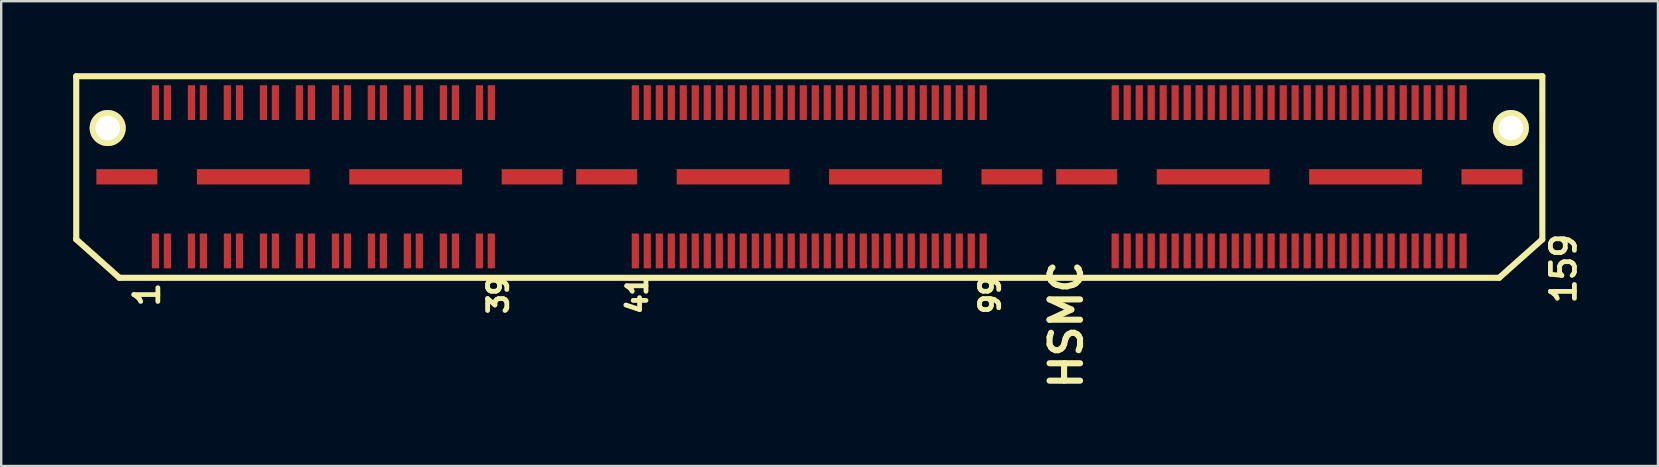
<source format=kicad_pcb>
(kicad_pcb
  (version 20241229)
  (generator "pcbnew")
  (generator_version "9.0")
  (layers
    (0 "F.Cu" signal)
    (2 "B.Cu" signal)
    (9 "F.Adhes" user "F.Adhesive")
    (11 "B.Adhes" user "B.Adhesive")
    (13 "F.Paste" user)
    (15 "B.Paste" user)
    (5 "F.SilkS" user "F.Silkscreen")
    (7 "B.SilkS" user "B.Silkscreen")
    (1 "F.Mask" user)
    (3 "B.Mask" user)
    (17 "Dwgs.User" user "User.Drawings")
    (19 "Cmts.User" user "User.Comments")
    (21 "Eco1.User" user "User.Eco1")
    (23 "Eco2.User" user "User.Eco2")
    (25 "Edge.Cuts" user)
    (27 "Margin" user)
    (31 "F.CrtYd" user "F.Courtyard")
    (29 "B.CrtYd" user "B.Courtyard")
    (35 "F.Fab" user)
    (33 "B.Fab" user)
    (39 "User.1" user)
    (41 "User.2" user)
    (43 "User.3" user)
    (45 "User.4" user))
  (footprint "HSMC"
    (layer "F.Cu")
    (at 30.676 4.326)
    (property "Reference" "HSMC" (at 10.71 6.16 270) (layer "F.SilkS") (effects (font (size 1.27 1.27) (thickness 0.254))))
    (attr through_hole)
    (fp_line (start -30.549 -4.199) (end 30.551 -4.199) (stroke (width 0.254) (type solid)) (layer "F.SilkS"))
    (fp_line (start -30.549 2.601) (end -30.549 -4.199) (stroke (width 0.254) (type solid)) (layer "F.SilkS"))
    (fp_line (start -30.549 2.601) (end -28.75 4.201) (stroke (width 0.254) (type solid)) (layer "F.SilkS"))
    (fp_line (start -28.75 4.201) (end 28.75 4.201) (stroke (width 0.254) (type solid)) (layer "F.SilkS"))
    (fp_line (start 30.546 2.603) (end 28.748 4.204) (stroke (width 0.254) (type solid)) (layer "F.SilkS"))
    (fp_line (start 30.551 2.601) (end 30.551 -4.199) (stroke (width 0.254) (type solid)) (layer "F.SilkS"))
    (fp_text user "99" (at 7.535 4.915 270) (layer "F.SilkS") (effects (font (size 0.8 0.8) (thickness 0.2))))
    (fp_text user "159" (at 31.435 3.815 90) (layer "F.SilkS") (effects (font (size 1 1) (thickness 0.2))))
    (fp_text user "39" (at -12.965 4.915 270) (layer "F.SilkS") (effects (font (size 0.8 0.8) (thickness 0.2))))
    (fp_text user "41" (at -7.165 4.915 270) (layer "F.SilkS") (effects (font (size 0.8 0.8) (thickness 0.2))))
    (fp_text user "1" (at -27.6 4.9 90) (layer "F.SilkS") (effects (font (size 1 1) (thickness 0.2))))
    (pad "" np_thru_hole circle (at -29.238 -2.04) (size 1.501 1.501) (drill 1.02) (layers "*.Cu" "*.Mask" "F.SilkS"))
    (pad "" np_thru_hole circle (at 29.24 -2.04) (size 1.501 1.501) (drill 1.02) (layers "*.Cu" "*.Mask" "F.SilkS"))
    (pad "1" smd rect (at -27.249 -3.099) (size 0.3 1.45) (layers "F.Cu" "F.Mask" "F.Paste"))
    (pad "2" smd rect (at -27.249 3.081) (size 0.3 1.45) (layers "F.Cu" "F.Mask" "F.Paste"))
    (pad "3" smd rect (at -26.749 -3.099) (size 0.3 1.45) (layers "F.Cu" "F.Mask" "F.Paste"))
    (pad "4" smd rect (at -26.749 3.081) (size 0.3 1.45) (layers "F.Cu" "F.Mask" "F.Paste"))
    (pad "5" smd rect (at -25.748 -3.099) (size 0.3 1.45) (layers "F.Cu" "F.Mask" "F.Paste"))
    (pad "6" smd rect (at -25.748 3.081) (size 0.3 1.45) (layers "F.Cu" "F.Mask" "F.Paste"))
    (pad "7" smd rect (at -25.25 -3.099) (size 0.3 1.45) (layers "F.Cu" "F.Mask" "F.Paste"))
    (pad "8" smd rect (at -25.25 3.081) (size 0.3 1.45) (layers "F.Cu" "F.Mask" "F.Paste"))
    (pad "9" smd rect (at -24.252 -3.099) (size 0.3 1.45) (layers "F.Cu" "F.Mask" "F.Paste"))
    (pad "10" smd rect (at -24.249 3.081) (size 0.3 1.45) (layers "F.Cu" "F.Mask" "F.Paste"))
    (pad "11" smd rect (at -23.746 -3.099) (size 0.3 1.45) (layers "F.Cu" "F.Mask" "F.Paste"))
    (pad "12" smd rect (at -23.746 3.081) (size 0.3 1.45) (layers "F.Cu" "F.Mask" "F.Paste"))
    (pad "13" smd rect (at -22.748 -3.099) (size 0.3 1.45) (layers "F.Cu" "F.Mask" "F.Paste"))
    (pad "14" smd rect (at -22.746 3.081) (size 0.3 1.45) (layers "F.Cu" "F.Mask" "F.Paste"))
    (pad "15" smd rect (at -22.25 -3.099) (size 0.3 1.45) (layers "F.Cu" "F.Mask" "F.Paste"))
    (pad "16" smd rect (at -22.248 3.081) (size 0.3 1.45) (layers "F.Cu" "F.Mask" "F.Paste"))
    (pad "17" smd rect (at -21.25 -3.099) (size 0.3 1.45) (layers "F.Cu" "F.Mask" "F.Paste"))
    (pad "18" smd rect (at -21.25 3.081) (size 0.3 1.45) (layers "F.Cu" "F.Mask" "F.Paste"))
    (pad "19" smd rect (at -20.749 -3.099) (size 0.3 1.45) (layers "F.Cu" "F.Mask" "F.Paste"))
    (pad "20" smd rect (at -20.747 3.081) (size 0.3 1.45) (layers "F.Cu" "F.Mask" "F.Paste"))
    (pad "21" smd rect (at -19.746 -3.099) (size 0.3 1.45) (layers "F.Cu" "F.Mask" "F.Paste"))
    (pad "22" smd rect (at -19.746 3.081) (size 0.3 1.45) (layers "F.Cu" "F.Mask" "F.Paste"))
    (pad "23" smd rect (at -19.248 -3.099) (size 0.3 1.45) (layers "F.Cu" "F.Mask" "F.Paste"))
    (pad "24" smd rect (at -19.248 3.081) (size 0.3 1.45) (layers "F.Cu" "F.Mask" "F.Paste"))
    (pad "25" smd rect (at -18.25 -3.099) (size 0.3 1.45) (layers "F.Cu" "F.Mask" "F.Paste"))
    (pad "26" smd rect (at -18.247 3.081) (size 0.3 1.45) (layers "F.Cu" "F.Mask" "F.Paste"))
    (pad "27" smd rect (at -17.747 -3.099) (size 0.3 1.45) (layers "F.Cu" "F.Mask" "F.Paste"))
    (pad "28" smd rect (at -17.75 3.081) (size 0.3 1.45) (layers "F.Cu" "F.Mask" "F.Paste"))
    (pad "29" smd rect (at -16.749 -3.099) (size 0.3 1.45) (layers "F.Cu" "F.Mask" "F.Paste"))
    (pad "30" smd rect (at -16.749 3.081) (size 0.3 1.45) (layers "F.Cu" "F.Mask" "F.Paste"))
    (pad "31" smd rect (at -16.251 -3.099) (size 0.3 1.45) (layers "F.Cu" "F.Mask" "F.Paste"))
    (pad "32" smd rect (at -16.251 3.081) (size 0.3 1.45) (layers "F.Cu" "F.Mask" "F.Paste"))
    (pad "33" smd rect (at -15.248 -3.099) (size 0.3 1.45) (layers "F.Cu" "F.Mask" "F.Paste"))
    (pad "34" smd rect (at -15.25 3.081) (size 0.3 1.45) (layers "F.Cu" "F.Mask" "F.Paste"))
    (pad "35" smd rect (at -14.747 -3.099) (size 0.3 1.45) (layers "F.Cu" "F.Mask" "F.Paste"))
    (pad "36" smd rect (at -14.747 3.081) (size 0.3 1.45) (layers "F.Cu" "F.Mask" "F.Paste"))
    (pad "37" smd rect (at -13.746 -3.099) (size 0.3 1.45) (layers "F.Cu" "F.Mask" "F.Paste"))
    (pad "38" smd rect (at -13.749 3.081) (size 0.3 1.45) (layers "F.Cu" "F.Mask" "F.Paste"))
    (pad "39" smd rect (at -13.249 -3.099) (size 0.3 1.45) (layers "F.Cu" "F.Mask" "F.Paste"))
    (pad "40" smd rect (at -13.251 3.081) (size 0.3 1.45) (layers "F.Cu" "F.Mask" "F.Paste"))
    (pad "41" smd rect (at -7.249 -3.099) (size 0.3 1.45) (layers "F.Cu" "F.Mask" "F.Paste"))
    (pad "42" smd rect (at -7.249 3.081) (size 0.3 1.45) (layers "F.Cu" "F.Mask" "F.Paste"))
    (pad "43" smd rect (at -6.751 -3.099) (size 0.3 1.45) (layers "F.Cu" "F.Mask" "F.Paste"))
    (pad "44" smd rect (at -6.751 3.081) (size 0.3 1.45) (layers "F.Cu" "F.Mask" "F.Paste"))
    (pad "45" smd rect (at -6.248 -3.099) (size 0.3 1.45) (layers "F.Cu" "F.Mask" "F.Paste"))
    (pad "46" smd rect (at -6.248 3.081) (size 0.3 1.45) (layers "F.Cu" "F.Mask" "F.Paste"))
    (pad "47" smd rect (at -5.751 -3.099) (size 0.3 1.45) (layers "F.Cu" "F.Mask" "F.Paste"))
    (pad "48" smd rect (at -5.751 3.081) (size 0.3 1.45) (layers "F.Cu" "F.Mask" "F.Paste"))
    (pad "49" smd rect (at -5.25 -3.099) (size 0.3 1.45) (layers "F.Cu" "F.Mask" "F.Paste"))
    (pad "50" smd rect (at -5.25 3.081) (size 0.3 1.45) (layers "F.Cu" "F.Mask" "F.Paste"))
    (pad "51" smd rect (at -4.752 -3.099) (size 0.3 1.45) (layers "F.Cu" "F.Mask" "F.Paste"))
    (pad "52" smd rect (at -4.752 3.081) (size 0.3 1.45) (layers "F.Cu" "F.Mask" "F.Paste"))
    (pad "53" smd rect (at -4.249 -3.099) (size 0.3 1.45) (layers "F.Cu" "F.Mask" "F.Paste"))
    (pad "54" smd rect (at -4.249 3.081) (size 0.3 1.45) (layers "F.Cu" "F.Mask" "F.Paste"))
    (pad "55" smd rect (at -3.752 -3.099) (size 0.3 1.45) (layers "F.Cu" "F.Mask" "F.Paste"))
    (pad "56" smd rect (at -3.752 3.081) (size 0.3 1.45) (layers "F.Cu" "F.Mask" "F.Paste"))
    (pad "57" smd rect (at -3.249 -3.099) (size 0.3 1.45) (layers "F.Cu" "F.Mask" "F.Paste"))
    (pad "58" smd rect (at -3.249 3.081) (size 0.3 1.45) (layers "F.Cu" "F.Mask" "F.Paste"))
    (pad "59" smd rect (at -2.751 -3.099) (size 0.3 1.45) (layers "F.Cu" "F.Mask" "F.Paste"))
    (pad "60" smd rect (at -2.751 3.081) (size 0.3 1.45) (layers "F.Cu" "F.Mask" "F.Paste"))
    (pad "61" smd rect (at -2.248 -3.099) (size 0.3 1.45) (layers "F.Cu" "F.Mask" "F.Paste"))
    (pad "62" smd rect (at -2.248 3.081) (size 0.3 1.45) (layers "F.Cu" "F.Mask" "F.Paste"))
    (pad "63" smd rect (at -1.75 -3.099) (size 0.3 1.45) (layers "F.Cu" "F.Mask" "F.Paste"))
    (pad "64" smd rect (at -1.75 3.081) (size 0.3 1.45) (layers "F.Cu" "F.Mask" "F.Paste"))
    (pad "65" smd rect (at -1.25 -3.099) (size 0.3 1.45) (layers "F.Cu" "F.Mask" "F.Paste"))
    (pad "66" smd rect (at -1.25 3.081) (size 0.3 1.45) (layers "F.Cu" "F.Mask" "F.Paste"))
    (pad "67" smd rect (at -0.752 -3.099) (size 0.3 1.45) (layers "F.Cu" "F.Mask" "F.Paste"))
    (pad "68" smd rect (at -0.752 3.081) (size 0.3 1.45) (layers "F.Cu" "F.Mask" "F.Paste"))
    (pad "69" smd rect (at -0.249 -3.099) (size 0.3 1.45) (layers "F.Cu" "F.Mask" "F.Paste"))
    (pad "70" smd rect (at -0.249 3.081) (size 0.3 1.45) (layers "F.Cu" "F.Mask" "F.Paste"))
    (pad "71" smd rect (at 0.249 -3.099) (size 0.3 1.45) (layers "F.Cu" "F.Mask" "F.Paste"))
    (pad "72" smd rect (at 0.249 3.081) (size 0.3 1.45) (layers "F.Cu" "F.Mask" "F.Paste"))
    (pad "73" smd rect (at 0.752 -3.099) (size 0.3 1.45) (layers "F.Cu" "F.Mask" "F.Paste"))
    (pad "74" smd rect (at 0.752 3.081) (size 0.3 1.45) (layers "F.Cu" "F.Mask" "F.Paste"))
    (pad "75" smd rect (at 1.25 -3.099) (size 0.3 1.45) (layers "F.Cu" "F.Mask" "F.Paste"))
    (pad "76" smd rect (at 1.25 3.081) (size 0.3 1.45) (layers "F.Cu" "F.Mask" "F.Paste"))
    (pad "77" smd rect (at 1.753 -3.099) (size 0.3 1.45) (layers "F.Cu" "F.Mask" "F.Paste"))
    (pad "78" smd rect (at 1.753 3.081) (size 0.3 1.45) (layers "F.Cu" "F.Mask" "F.Paste"))
    (pad "79" smd rect (at 2.25 -3.099) (size 0.3 1.45) (layers "F.Cu" "F.Mask" "F.Paste"))
    (pad "80" smd rect (at 2.25 3.081) (size 0.3 1.45) (layers "F.Cu" "F.Mask" "F.Paste"))
    (pad "81" smd rect (at 2.751 -3.099) (size 0.3 1.45) (layers "F.Cu" "F.Mask" "F.Paste"))
    (pad "82" smd rect (at 2.751 3.081) (size 0.3 1.45) (layers "F.Cu" "F.Mask" "F.Paste"))
    (pad "83" smd rect (at 3.249 -3.099) (size 0.3 1.45) (layers "F.Cu" "F.Mask" "F.Paste"))
    (pad "84" smd rect (at 3.249 3.081) (size 0.3 1.45) (layers "F.Cu" "F.Mask" "F.Paste"))
    (pad "85" smd rect (at 3.752 -3.099) (size 0.3 1.45) (layers "F.Cu" "F.Mask" "F.Paste"))
    (pad "86" smd rect (at 3.752 3.081) (size 0.3 1.45) (layers "F.Cu" "F.Mask" "F.Paste"))
    (pad "87" smd rect (at 4.249 -3.099) (size 0.3 1.45) (layers "F.Cu" "F.Mask" "F.Paste"))
    (pad "88" smd rect (at 4.249 3.081) (size 0.3 1.45) (layers "F.Cu" "F.Mask" "F.Paste"))
    (pad "89" smd rect (at 4.752 -3.099) (size 0.3 1.45) (layers "F.Cu" "F.Mask" "F.Paste"))
    (pad "90" smd rect (at 4.752 3.081) (size 0.3 1.45) (layers "F.Cu" "F.Mask" "F.Paste"))
    (pad "91" smd rect (at 5.25 -3.099) (size 0.3 1.45) (layers "F.Cu" "F.Mask" "F.Paste"))
    (pad "92" smd rect (at 5.25 3.081) (size 0.3 1.45) (layers "F.Cu" "F.Mask" "F.Paste"))
    (pad "93" smd rect (at 5.753 -3.099) (size 0.3 1.45) (layers "F.Cu" "F.Mask" "F.Paste"))
    (pad "94" smd rect (at 5.753 3.081) (size 0.3 1.45) (layers "F.Cu" "F.Mask" "F.Paste"))
    (pad "95" smd rect (at 6.251 -3.099) (size 0.3 1.45) (layers "F.Cu" "F.Mask" "F.Paste"))
    (pad "96" smd rect (at 6.251 3.081) (size 0.3 1.45) (layers "F.Cu" "F.Mask" "F.Paste"))
    (pad "97" smd rect (at 6.751 -3.099) (size 0.3 1.45) (layers "F.Cu" "F.Mask" "F.Paste"))
    (pad "98" smd rect (at 6.751 3.081) (size 0.3 1.45) (layers "F.Cu" "F.Mask" "F.Paste"))
    (pad "99" smd rect (at 7.249 -3.099) (size 0.3 1.45) (layers "F.Cu" "F.Mask" "F.Paste"))
    (pad "100" smd rect (at 7.249 3.081) (size 0.3 1.45) (layers "F.Cu" "F.Mask" "F.Paste"))
    (pad "101" smd rect (at 12.751 -3.099) (size 0.3 1.45) (layers "F.Cu" "F.Mask" "F.Paste"))
    (pad "102" smd rect (at 12.748 3.081) (size 0.3 1.45) (layers "F.Cu" "F.Mask" "F.Paste"))
    (pad "103" smd rect (at 13.249 -3.099) (size 0.3 1.45) (layers "F.Cu" "F.Mask" "F.Paste"))
    (pad "104" smd rect (at 13.249 3.081) (size 0.3 1.45) (layers "F.Cu" "F.Mask" "F.Paste"))
    (pad "105" smd rect (at 13.752 -3.099) (size 0.3 1.45) (layers "F.Cu" "F.Mask" "F.Paste"))
    (pad "106" smd rect (at 13.752 3.081) (size 0.3 1.45) (layers "F.Cu" "F.Mask" "F.Paste"))
    (pad "107" smd rect (at 14.249 -3.099) (size 0.3 1.45) (layers "F.Cu" "F.Mask" "F.Paste"))
    (pad "108" smd rect (at 14.249 3.081) (size 0.3 1.45) (layers "F.Cu" "F.Mask" "F.Paste"))
    (pad "109" smd rect (at 14.75 -3.099) (size 0.3 1.45) (layers "F.Cu" "F.Mask" "F.Paste"))
    (pad "110" smd rect (at 14.75 3.081) (size 0.3 1.45) (layers "F.Cu" "F.Mask" "F.Paste"))
    (pad "111" smd rect (at 15.248 -3.099) (size 0.3 1.45) (layers "F.Cu" "F.Mask" "F.Paste"))
    (pad "112" smd rect (at 15.248 3.081) (size 0.3 1.45) (layers "F.Cu" "F.Mask" "F.Paste"))
    (pad "113" smd rect (at 15.751 -3.099) (size 0.3 1.45) (layers "F.Cu" "F.Mask" "F.Paste"))
    (pad "114" smd rect (at 15.751 3.081) (size 0.3 1.45) (layers "F.Cu" "F.Mask" "F.Paste"))
    (pad "115" smd rect (at 16.248 -3.099) (size 0.3 1.45) (layers "F.Cu" "F.Mask" "F.Paste"))
    (pad "116" smd rect (at 16.248 3.081) (size 0.3 1.45) (layers "F.Cu" "F.Mask" "F.Paste"))
    (pad "117" smd rect (at 16.751 -3.099) (size 0.3 1.45) (layers "F.Cu" "F.Mask" "F.Paste"))
    (pad "118" smd rect (at 16.751 3.081) (size 0.3 1.45) (layers "F.Cu" "F.Mask" "F.Paste"))
    (pad "119" smd rect (at 17.249 -3.099) (size 0.3 1.45) (layers "F.Cu" "F.Mask" "F.Paste"))
    (pad "120" smd rect (at 17.249 3.081) (size 0.3 1.45) (layers "F.Cu" "F.Mask" "F.Paste"))
    (pad "121" smd rect (at 17.752 -3.099) (size 0.3 1.45) (layers "F.Cu" "F.Mask" "F.Paste"))
    (pad "122" smd rect (at 17.752 3.081) (size 0.3 1.45) (layers "F.Cu" "F.Mask" "F.Paste"))
    (pad "123" smd rect (at 18.25 -3.099) (size 0.3 1.45) (layers "F.Cu" "F.Mask" "F.Paste"))
    (pad "124" smd rect (at 18.25 3.081) (size 0.3 1.45) (layers "F.Cu" "F.Mask" "F.Paste"))
    (pad "125" smd rect (at 18.75 -3.099) (size 0.3 1.45) (layers "F.Cu" "F.Mask" "F.Paste"))
    (pad "126" smd rect (at 18.75 3.081) (size 0.3 1.45) (layers "F.Cu" "F.Mask" "F.Paste"))
    (pad "127" smd rect (at 19.248 -3.099) (size 0.3 1.45) (layers "F.Cu" "F.Mask" "F.Paste"))
    (pad "128" smd rect (at 19.248 3.081) (size 0.3 1.45) (layers "F.Cu" "F.Mask" "F.Paste"))
    (pad "129" smd rect (at 19.751 -3.099) (size 0.3 1.45) (layers "F.Cu" "F.Mask" "F.Paste"))
    (pad "130" smd rect (at 19.751 3.081) (size 0.3 1.45) (layers "F.Cu" "F.Mask" "F.Paste"))
    (pad "131" smd rect (at 20.249 -3.099) (size 0.3 1.45) (layers "F.Cu" "F.Mask" "F.Paste"))
    (pad "132" smd rect (at 20.249 3.081) (size 0.3 1.45) (layers "F.Cu" "F.Mask" "F.Paste"))
    (pad "133" smd rect (at 20.752 -3.099) (size 0.3 1.45) (layers "F.Cu" "F.Mask" "F.Paste"))
    (pad "134" smd rect (at 20.752 3.081) (size 0.3 1.45) (layers "F.Cu" "F.Mask" "F.Paste"))
    (pad "135" smd rect (at 21.25 -3.099) (size 0.3 1.45) (layers "F.Cu" "F.Mask" "F.Paste"))
    (pad "136" smd rect (at 21.25 3.081) (size 0.3 1.45) (layers "F.Cu" "F.Mask" "F.Paste"))
    (pad "137" smd rect (at 21.753 -3.099) (size 0.3 1.45) (layers "F.Cu" "F.Mask" "F.Paste"))
    (pad "138" smd rect (at 21.753 3.081) (size 0.3 1.45) (layers "F.Cu" "F.Mask" "F.Paste"))
    (pad "139" smd rect (at 22.25 -3.099) (size 0.3 1.45) (layers "F.Cu" "F.Mask" "F.Paste"))
    (pad "140" smd rect (at 22.25 3.081) (size 0.3 1.45) (layers "F.Cu" "F.Mask" "F.Paste"))
    (pad "141" smd rect (at 22.751 -3.099) (size 0.3 1.45) (layers "F.Cu" "F.Mask" "F.Paste"))
    (pad "142" smd rect (at 22.751 3.081) (size 0.3 1.45) (layers "F.Cu" "F.Mask" "F.Paste"))
    (pad "143" smd rect (at 23.249 -3.099) (size 0.3 1.45) (layers "F.Cu" "F.Mask" "F.Paste"))
    (pad "144" smd rect (at 23.249 3.081) (size 0.3 1.45) (layers "F.Cu" "F.Mask" "F.Paste"))
    (pad "145" smd rect (at 23.752 -3.099) (size 0.3 1.45) (layers "F.Cu" "F.Mask" "F.Paste"))
    (pad "146" smd rect (at 23.752 3.081) (size 0.3 1.45) (layers "F.Cu" "F.Mask" "F.Paste"))
    (pad "147" smd rect (at 24.249 -3.099) (size 0.3 1.45) (layers "F.Cu" "F.Mask" "F.Paste"))
    (pad "148" smd rect (at 24.249 3.081) (size 0.3 1.45) (layers "F.Cu" "F.Mask" "F.Paste"))
    (pad "149" smd rect (at 24.752 -3.099) (size 0.3 1.45) (layers "F.Cu" "F.Mask" "F.Paste"))
    (pad "150" smd rect (at 24.752 3.081) (size 0.3 1.45) (layers "F.Cu" "F.Mask" "F.Paste"))
    (pad "151" smd rect (at 25.25 -3.099) (size 0.3 1.45) (layers "F.Cu" "F.Mask" "F.Paste"))
    (pad "152" smd rect (at 25.25 3.081) (size 0.3 1.45) (layers "F.Cu" "F.Mask" "F.Paste"))
    (pad "153" smd rect (at 25.753 -3.099) (size 0.3 1.45) (layers "F.Cu" "F.Mask" "F.Paste"))
    (pad "154" smd rect (at 25.753 3.081) (size 0.3 1.45) (layers "F.Cu" "F.Mask" "F.Paste"))
    (pad "155" smd rect (at 26.251 -3.099) (size 0.3 1.45) (layers "F.Cu" "F.Mask" "F.Paste"))
    (pad "156" smd rect (at 26.251 3.081) (size 0.3 1.45) (layers "F.Cu" "F.Mask" "F.Paste"))
    (pad "157" smd rect (at 26.751 -3.099) (size 0.3 1.45) (layers "F.Cu" "F.Mask" "F.Paste"))
    (pad "158" smd rect (at 26.751 3.081) (size 0.3 1.45) (layers "F.Cu" "F.Mask" "F.Paste"))
    (pad "159" smd rect (at 27.249 -3.099) (size 0.3 1.45) (layers "F.Cu" "F.Mask" "F.Paste"))
    (pad "160" smd rect (at 27.249 3.081) (size 0.3 1.45) (layers "F.Cu" "F.Mask" "F.Paste"))
    (pad "161" smd rect (at -28.44 -0.008) (size 2.54 0.64) (layers "F.Cu" "F.Mask" "F.Paste"))
    (pad "162" smd rect (at -23.17 -0.008) (size 4.699 0.64) (layers "F.Cu" "F.Mask" "F.Paste"))
    (pad "163" smd rect (at -16.82 -0.008) (size 4.699 0.64) (layers "F.Cu" "F.Mask" "F.Paste"))
    (pad "164" smd rect (at -11.549 -0.008) (size 2.54 0.64) (layers "F.Cu" "F.Mask" "F.Paste"))
    (pad "165" smd rect (at -8.443 -0.008) (size 2.54 0.64) (layers "F.Cu" "F.Mask" "F.Paste"))
    (pad "166" smd rect (at -3.175 -0.008) (size 4.699 0.64) (layers "F.Cu" "F.Mask" "F.Paste"))
    (pad "167" smd rect (at 3.175 -0.008) (size 4.699 0.64) (layers "F.Cu" "F.Mask" "F.Paste"))
    (pad "168" smd rect (at 8.445 -0.008) (size 2.54 0.64) (layers "F.Cu" "F.Mask" "F.Paste"))
    (pad "169" smd rect (at 11.562 -0.008) (size 2.54 0.64) (layers "F.Cu" "F.Mask" "F.Paste"))
    (pad "170" smd rect (at 16.83 -0.008) (size 4.699 0.64) (layers "F.Cu" "F.Mask" "F.Paste"))
    (pad "171" smd rect (at 23.18 -0.008) (size 4.699 0.64) (layers "F.Cu" "F.Mask" "F.Paste"))
    (pad "172" smd rect (at 28.451 -0.008) (size 2.54 0.64) (layers "F.Cu" "F.Mask" "F.Paste")))
  (gr_rect
    (start -3 -3)
    (end 66.046 16.37)
    (stroke (width 0.1) (type default))
    (fill no)
    (layer "Edge.Cuts")))
</source>
